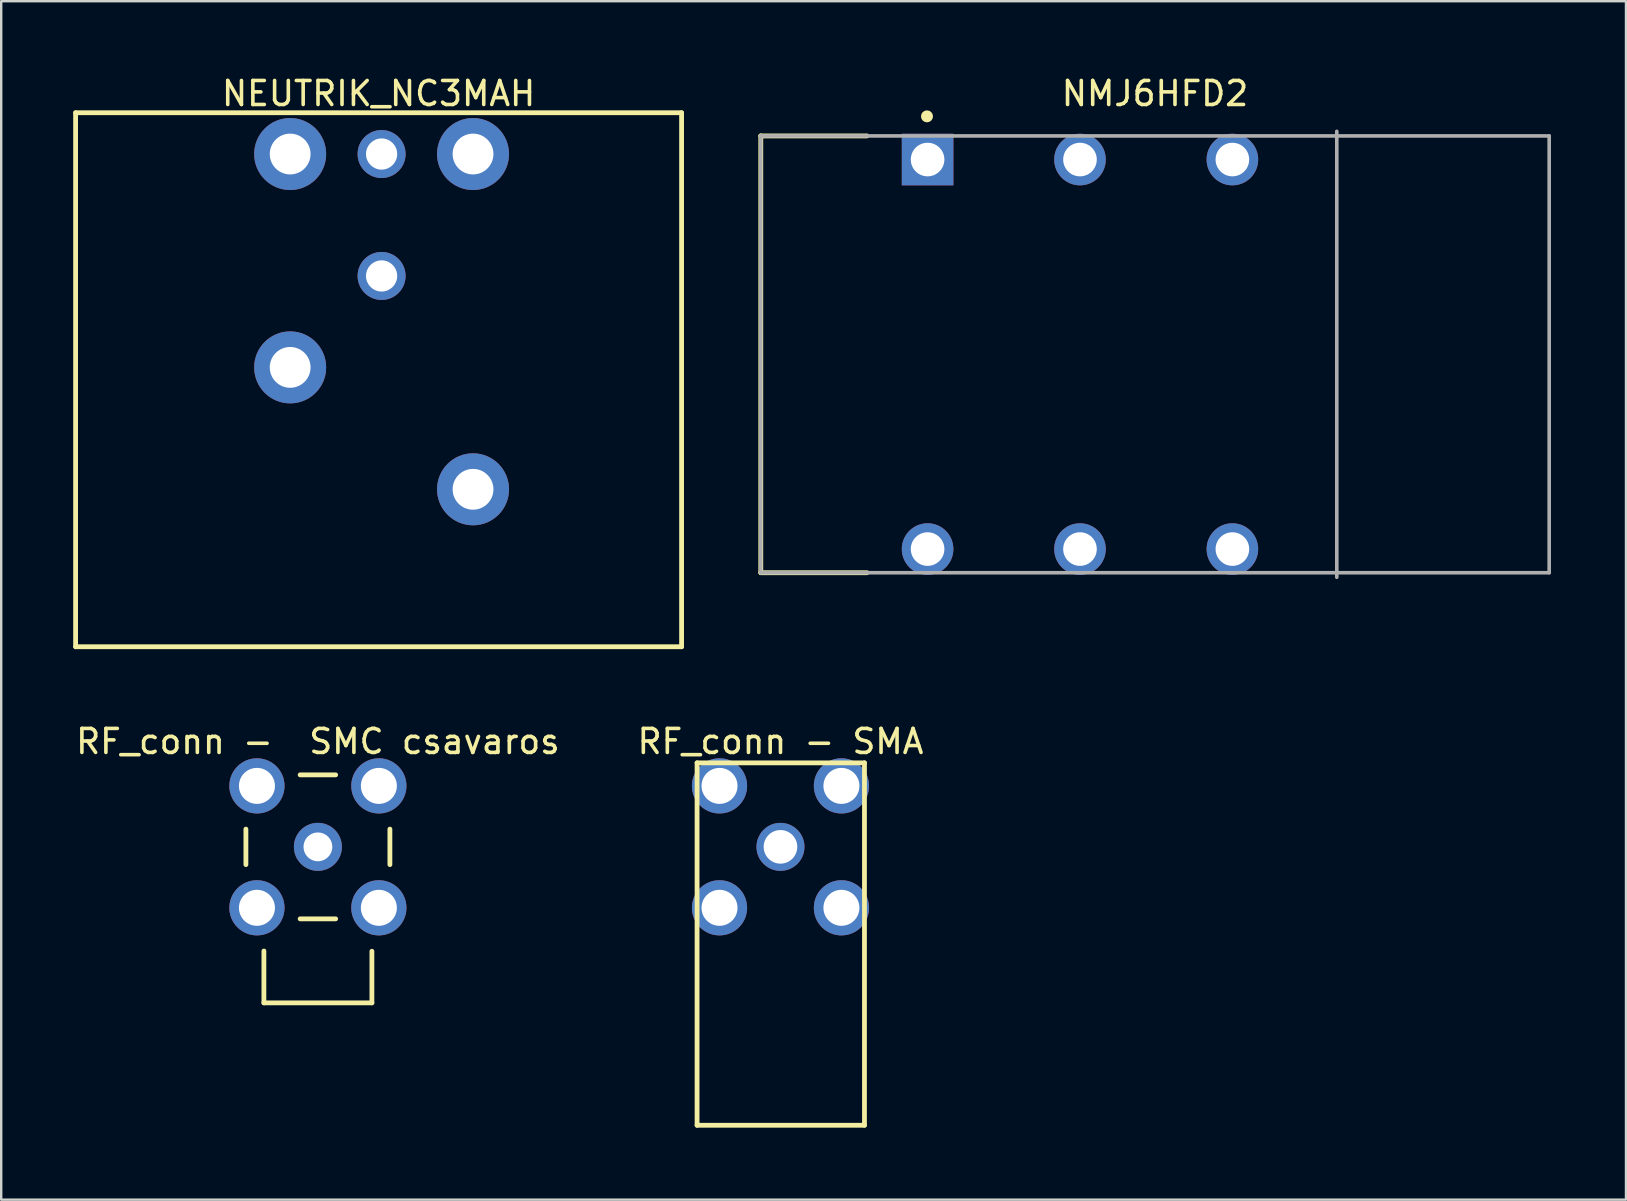
<source format=kicad_pcb>
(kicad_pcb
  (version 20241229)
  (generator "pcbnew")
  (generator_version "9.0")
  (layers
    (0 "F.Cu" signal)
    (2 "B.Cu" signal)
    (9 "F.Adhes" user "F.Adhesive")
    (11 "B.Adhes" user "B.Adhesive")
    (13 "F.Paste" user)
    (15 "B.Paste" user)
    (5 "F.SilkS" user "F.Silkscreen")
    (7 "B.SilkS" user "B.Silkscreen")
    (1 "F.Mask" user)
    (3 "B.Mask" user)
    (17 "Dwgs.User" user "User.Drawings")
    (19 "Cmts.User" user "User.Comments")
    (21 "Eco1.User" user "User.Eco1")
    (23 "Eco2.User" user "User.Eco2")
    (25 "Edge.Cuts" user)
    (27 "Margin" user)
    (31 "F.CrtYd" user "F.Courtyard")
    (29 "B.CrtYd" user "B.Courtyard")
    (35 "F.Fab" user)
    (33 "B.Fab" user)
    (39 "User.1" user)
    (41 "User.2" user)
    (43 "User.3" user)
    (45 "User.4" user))
  (footprint "RF_conn - SMA"
    (layer "F.Cu")
    (at 29.47 32.236)
    (property "Reference" "RF_conn - SMA" (at 0 -4.39 0) (layer "F.SilkS") (effects (font (size 1 1) (thickness 0.15))))
    (fp_line (start -3.475 -3.5) (end 3.5 -3.5) (stroke (width 0.2) (type solid)) (layer "F.SilkS"))
    (fp_line (start -3.475 11.6) (end -3.475 -3.5) (stroke (width 0.2) (type solid)) (layer "F.SilkS"))
    (fp_line (start -3.475 11.6) (end 3.5 11.6) (stroke (width 0.2) (type solid)) (layer "F.SilkS"))
    (fp_line (start 3.5 11.6) (end 3.5 -3.5) (stroke (width 0.2) (type solid)) (layer "F.SilkS"))
    (pad "1" thru_hole circle (at 0 0 90) (size 2 2) (drill 1.4) (layers "*.Cu" "*.Mask"))
    (pad "2" thru_hole circle (at 2.54 2.54 90) (size 2.3 2.3) (drill 1.5) (layers "*.Cu" "*.Mask"))
    (pad "3" thru_hole circle (at 2.54 -2.54 90) (size 2.3 2.3) (drill 1.5) (layers "*.Cu" "*.Mask"))
    (pad "4" thru_hole circle (at -2.54 -2.54 90) (size 2.3 2.3) (drill 1.5) (layers "*.Cu" "*.Mask"))
    (pad "5" thru_hole circle (at -2.54 2.54 90) (size 2.3 2.3) (drill 1.5) (layers "*.Cu" "*.Mask")))
  (footprint "RF_conn -  SMC csavaros"
    (layer "F.Cu")
    (at 10.196 32.236)
    (property "Reference" "RF_conn -  SMC csavaros" (at 0 -4.39 0) (layer "F.SilkS") (effects (font (size 1 1) (thickness 0.15))))
    (fp_line (start -3 0.74) (end -3 -0.74) (stroke (width 0.2) (type solid)) (layer "F.SilkS"))
    (fp_line (start -2.25 6.5) (end -2.25 4.34) (stroke (width 0.2) (type solid)) (layer "F.SilkS"))
    (fp_line (start -2.25 6.5) (end 2.25 6.5) (stroke (width 0.2) (type solid)) (layer "F.SilkS"))
    (fp_line (start -0.74 -3) (end 0.74 -3) (stroke (width 0.2) (type solid)) (layer "F.SilkS"))
    (fp_line (start -0.74 3) (end 0.74 3) (stroke (width 0.2) (type solid)) (layer "F.SilkS"))
    (fp_line (start 2.25 6.5) (end 2.25 4.35) (stroke (width 0.2) (type solid)) (layer "F.SilkS"))
    (fp_line (start 3 0.74) (end 3 -0.74) (stroke (width 0.2) (type solid)) (layer "F.SilkS"))
    (pad "1" thru_hole circle (at 0 0 90) (size 2 2) (drill 1.2) (layers "*.Cu" "*.Mask"))
    (pad "2" thru_hole circle (at 2.54 2.54 90) (size 2.3 2.3) (drill 1.5) (layers "*.Cu" "*.Mask"))
    (pad "3" thru_hole circle (at 2.54 -2.54 90) (size 2.3 2.3) (drill 1.5) (layers "*.Cu" "*.Mask"))
    (pad "4" thru_hole circle (at -2.54 -2.54 90) (size 2.3 2.3) (drill 1.5) (layers "*.Cu" "*.Mask"))
    (pad "5" thru_hole circle (at -2.54 2.54 90) (size 2.3 2.3) (drill 1.5) (layers "*.Cu" "*.Mask")))
  (footprint "NMJ6HFD2"
    (layer "F.Cu")
    (at 45.075 11.713)
    (property "Reference" "NMJ6HFD2" (at 0 -10.865 0) (layer "F.SilkS") (effects (font (size 1 1) (thickness 0.15))))
    (fp_line (start -16.425 -9.1) (end -12 -9.1) (stroke (width 0.2) (type solid)) (layer "F.SilkS"))
    (fp_line (start -16.425 9.1) (end -16.425 -9.1) (stroke (width 0.2) (type solid)) (layer "F.SilkS"))
    (fp_line (start -16.425 9.1) (end -12 9.1) (stroke (width 0.2) (type solid)) (layer "F.SilkS"))
    (fp_circle (center -9.5 -9.915) (end -9.5 -10.04) (stroke (width 0.25) (type solid)) (fill no) (layer "F.SilkS"))
    (fp_line (start -16.525 -9.29) (end 16.525 -9.29) (stroke (width 0.2) (type solid)) (layer "Eco2.User"))
    (fp_line (start -16.525 9.29) (end -16.525 -9.29) (stroke (width 0.2) (type solid)) (layer "Eco2.User"))
    (fp_line (start -16.525 9.29) (end 16.525 9.29) (stroke (width 0.2) (type solid)) (layer "Eco2.User"))
    (fp_line (start -0.5 0) (end 0.5 0) (stroke (width 0.1) (type solid)) (layer "Eco2.User"))
    (fp_line (start 0 0.5) (end 0 -0.5) (stroke (width 0.1) (type solid)) (layer "Eco2.User"))
    (fp_line (start 16.525 9.29) (end 16.525 -9.29) (stroke (width 0.2) (type solid)) (layer "Eco2.User"))
    (fp_line (start -16.425 -9.1) (end 16.425 -9.1) (stroke (width 0.15) (type solid)) (layer "F.Fab"))
    (fp_line (start -16.425 9.1) (end -16.425 -9.1) (stroke (width 0.15) (type solid)) (layer "F.Fab"))
    (fp_line (start -16.425 9.1) (end 16.425 9.1) (stroke (width 0.15) (type solid)) (layer "F.Fab"))
    (fp_line (start 7.575 9.29) (end 7.575 -9.29) (stroke (width 0.15) (type solid)) (layer "F.Fab"))
    (fp_line (start 16.425 9.1) (end 16.425 -9.1) (stroke (width 0.15) (type solid)) (layer "F.Fab"))
    (fp_line (start -16.525 -9.29) (end 16.525 -9.29) (stroke (width 0.2) (type solid)) (layer "User.10"))
    (fp_line (start -16.525 9.29) (end -16.525 -9.29) (stroke (width 0.2) (type solid)) (layer "User.10"))
    (fp_line (start -16.525 9.29) (end 16.525 9.29) (stroke (width 0.2) (type solid)) (layer "User.10"))
    (fp_line (start 16.525 9.29) (end 16.525 -9.29) (stroke (width 0.2) (type solid)) (layer "User.10"))
    (fp_text_box "${REFERENCE}" (start 0 -0.828) (end 4.506 0) (margins 0 0 0 0) (layer "User.10") (effects (font (face "Arial") (size 0.63 0.63) (thickness 0.1)) (justify left top)) (border no) (stroke (width 0.1) (type default)))
    (pad "R" thru_hole circle (at -3.125 -8.115) (size 2.15 2.15) (drill 1.4) (layers "*.Cu" "*.Mask"))
    (pad "RN" thru_hole circle (at -3.125 8.115) (size 2.15 2.15) (drill 1.4) (layers "*.Cu" "*.Mask"))
    (pad "S" thru_hole circle (at 3.225 -8.115) (size 2.15 2.15) (drill 1.4) (layers "*.Cu" "*.Mask"))
    (pad "SN" thru_hole circle (at 3.225 8.115) (size 2.15 2.15) (drill 1.4) (layers "*.Cu" "*.Mask"))
    (pad "T" thru_hole rect (at -9.475 -8.115) (size 2.15 2.15) (drill 1.4) (layers "*.Cu" "*.Mask"))
    (pad "TN" thru_hole circle (at -9.475 8.115) (size 2.15 2.15) (drill 1.4) (layers "*.Cu" "*.Mask")))
  (footprint "NEUTRIK_NC3MAH"
    (layer "F.Cu")
    (at 12.85 21.148)
    (property "Reference" "NEUTRIK_NC3MAH" (at -0.125 -20.3 0) (layer "F.SilkS") (effects (font (size 1 1) (thickness 0.15))))
    (fp_line (start -12.75 -19.5) (end 12.5 -19.5) (stroke (width 0.2) (type solid)) (layer "F.SilkS"))
    (fp_line (start -12.75 2.75) (end -12.75 -19.5) (stroke (width 0.2) (type solid)) (layer "F.SilkS"))
    (fp_line (start -12.75 2.75) (end 12.5 2.75) (stroke (width 0.2) (type solid)) (layer "F.SilkS"))
    (fp_line (start 12.5 2.75) (end 12.5 -19.5) (stroke (width 0.2) (type solid)) (layer "F.SilkS"))
    (pad "0" thru_hole circle (at -3.81 -8.89 180) (size 3 3) (drill 1.7) (layers "*.Cu" "*.Mask"))
    (pad "0" thru_hole circle (at 3.81 -3.81 180) (size 3 3) (drill 1.7) (layers "*.Cu" "*.Mask"))
    (pad "1" thru_hole circle (at -3.81 -17.78 180) (size 3 3) (drill 1.7) (layers "*.Cu" "*.Mask"))
    (pad "2" thru_hole circle (at 3.81 -17.78 180) (size 3 3) (drill 1.7) (layers "*.Cu" "*.Mask"))
    (pad "3" thru_hole circle (at 0 -17.78 180) (size 2 2) (drill 1.3) (layers "*.Cu" "*.Mask"))
    (pad "G" thru_hole circle (at 0 -12.7 180) (size 2 2) (drill 1.3) (layers "*.Cu" "*.Mask")))
  (gr_rect
    (start -3 -3)
    (end 64.7 46.937)
    (stroke (width 0.1) (type default))
    (fill no)
    (layer "Edge.Cuts")))
</source>
